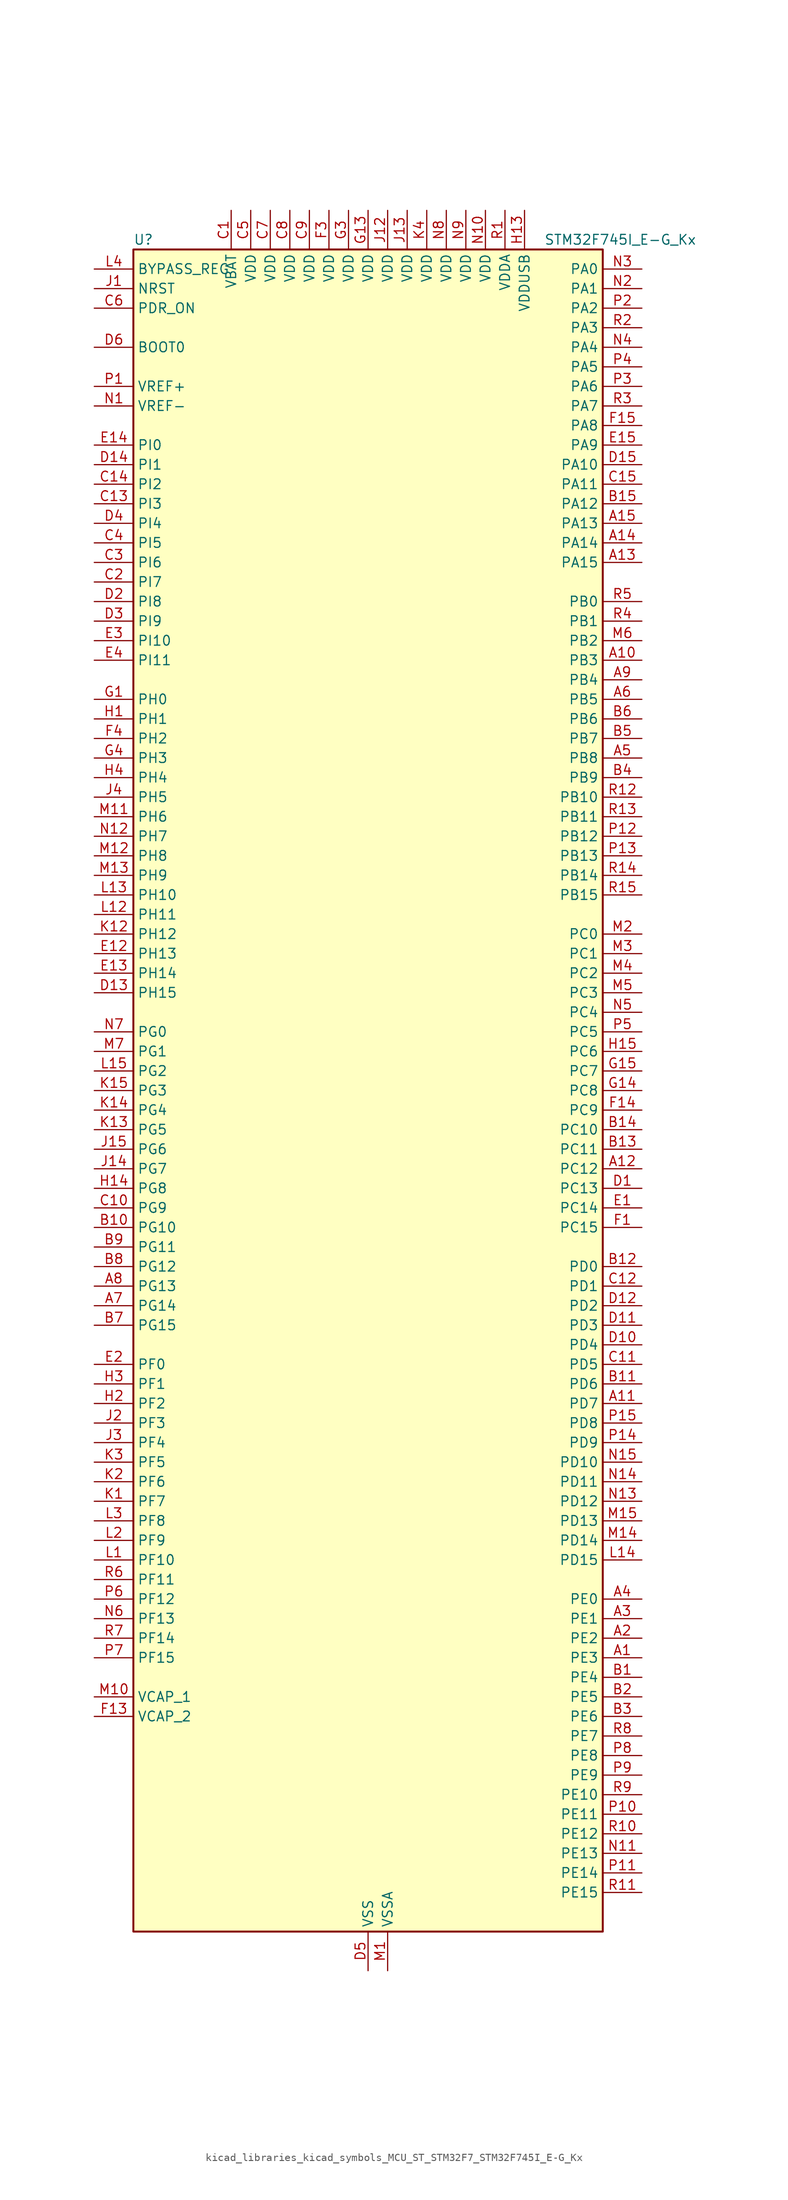
<source format=kicad_sym>
(kicad_symbol_lib
  (version 20220914)
  (generator kicad_symbol_editor)
  (symbol "kicad_libraries_kicad_symbols_MCU_ST_STM32F7_STM32F745I_E-G_Kx"
    (property "Reference" "U"
      (at -30.48 110.49 0)
      (effects (font (size 1.27 1.27)) (justify left)))
    (property "Value" "STM32F745I_E-G_Kx"
      (at 22.86 110.49 0)
      (effects (font (size 1.27 1.27)) (justify left)))
    (property "ki_locked" ""
      (at 0 0 0)
      (effects (font (size 1.27 1.27))))
    (symbol "kicad_libraries_kicad_symbols_MCU_ST_STM32F7_STM32F745I_E-G_Kx_0_1"
      (rectangle (start -30.48 -109.22) (end 30.48 109.22) (stroke (width 0.254) (type default)) (fill (type background))))
    (symbol "kicad_libraries_kicad_symbols_MCU_ST_STM32F7_STM32F745I_E-G_Kx_1_1"
      (pin bidirectional line (at 35.56 -73.66 180) (length 5.08) (name "PE3" (effects (font (size 1.27 1.27)))) (number "A1" (effects (font (size 1.27 1.27)))) (alternate "FMC_A19" bidirectional line) (alternate "SAI1_SD_B" bidirectional line) (alternate "SYS_TRACED0" bidirectional line))
      (pin bidirectional line (at 35.56 55.88 180) (length 5.08) (name "PB3" (effects (font (size 1.27 1.27)))) (number "A10" (effects (font (size 1.27 1.27)))) (alternate "I2S1_CK" bidirectional line) (alternate "I2S3_CK" bidirectional line) (alternate "SPI1_SCK" bidirectional line) (alternate "SPI3_SCK" bidirectional line) (alternate "SYS_JTDO-SWO" bidirectional line) (alternate "TIM2_CH2" bidirectional line))
      (pin bidirectional line (at 35.56 -40.64 180) (length 5.08) (name "PD7" (effects (font (size 1.27 1.27)))) (number "A11" (effects (font (size 1.27 1.27)))) (alternate "FMC_NE1" bidirectional line) (alternate "SPDIFRX_IN0" bidirectional line) (alternate "USART2_CK" bidirectional line))
      (pin bidirectional line (at 35.56 -10.16 180) (length 5.08) (name "PC12" (effects (font (size 1.27 1.27)))) (number "A12" (effects (font (size 1.27 1.27)))) (alternate "DCMI_D9" bidirectional line) (alternate "I2S3_SD" bidirectional line) (alternate "SDMMC1_CK" bidirectional line) (alternate "SPI3_MOSI" bidirectional line) (alternate "SYS_TRACED3" bidirectional line) (alternate "UART5_TX" bidirectional line) (alternate "USART3_CK" bidirectional line))
      (pin bidirectional line (at 35.56 68.58 180) (length 5.08) (name "PA15" (effects (font (size 1.27 1.27)))) (number "A13" (effects (font (size 1.27 1.27)))) (alternate "CEC" bidirectional line) (alternate "I2S1_WS" bidirectional line) (alternate "I2S3_WS" bidirectional line) (alternate "SPI1_NSS" bidirectional line) (alternate "SPI3_NSS" bidirectional line) (alternate "SYS_JTDI" bidirectional line) (alternate "TIM2_CH1" bidirectional line) (alternate "TIM2_ETR" bidirectional line) (alternate "UART4_DE" bidirectional line) (alternate "UART4_RTS" bidirectional line))
      (pin bidirectional line (at 35.56 71.12 180) (length 5.08) (name "PA14" (effects (font (size 1.27 1.27)))) (number "A14" (effects (font (size 1.27 1.27)))) (alternate "SYS_JTCK-SWCLK" bidirectional line))
      (pin bidirectional line (at 35.56 73.66 180) (length 5.08) (name "PA13" (effects (font (size 1.27 1.27)))) (number "A15" (effects (font (size 1.27 1.27)))) (alternate "SYS_JTMS-SWDIO" bidirectional line))
      (pin bidirectional line (at 35.56 -71.12 180) (length 5.08) (name "PE2" (effects (font (size 1.27 1.27)))) (number "A2" (effects (font (size 1.27 1.27)))) (alternate "ETH_TXD3" bidirectional line) (alternate "FMC_A23" bidirectional line) (alternate "QUADSPI_BK1_IO2" bidirectional line) (alternate "SAI1_MCLK_A" bidirectional line) (alternate "SPI4_SCK" bidirectional line) (alternate "SYS_TRACECLK" bidirectional line))
      (pin bidirectional line (at 35.56 -68.58 180) (length 5.08) (name "PE1" (effects (font (size 1.27 1.27)))) (number "A3" (effects (font (size 1.27 1.27)))) (alternate "DCMI_D3" bidirectional line) (alternate "FMC_NBL1" bidirectional line) (alternate "LPTIM1_IN2" bidirectional line) (alternate "UART8_TX" bidirectional line))
      (pin bidirectional line (at 35.56 -66.04 180) (length 5.08) (name "PE0" (effects (font (size 1.27 1.27)))) (number "A4" (effects (font (size 1.27 1.27)))) (alternate "DCMI_D2" bidirectional line) (alternate "FMC_NBL0" bidirectional line) (alternate "LPTIM1_ETR" bidirectional line) (alternate "SAI2_MCLK_A" bidirectional line) (alternate "TIM4_ETR" bidirectional line) (alternate "UART8_RX" bidirectional line))
      (pin bidirectional line (at 35.56 43.18 180) (length 5.08) (name "PB8" (effects (font (size 1.27 1.27)))) (number "A5" (effects (font (size 1.27 1.27)))) (alternate "CAN1_RX" bidirectional line) (alternate "DCMI_D6" bidirectional line) (alternate "ETH_TXD3" bidirectional line) (alternate "I2C1_SCL" bidirectional line) (alternate "SDMMC1_D4" bidirectional line) (alternate "TIM10_CH1" bidirectional line) (alternate "TIM4_CH3" bidirectional line))
      (pin bidirectional line (at 35.56 50.8 180) (length 5.08) (name "PB5" (effects (font (size 1.27 1.27)))) (number "A6" (effects (font (size 1.27 1.27)))) (alternate "CAN2_RX" bidirectional line) (alternate "DCMI_D10" bidirectional line) (alternate "ETH_PPS_OUT" bidirectional line) (alternate "FMC_SDCKE1" bidirectional line) (alternate "I2C1_SMBA" bidirectional line) (alternate "I2S1_SD" bidirectional line) (alternate "I2S3_SD" bidirectional line) (alternate "SPI1_MOSI" bidirectional line) (alternate "SPI3_MOSI" bidirectional line) (alternate "TIM3_CH2" bidirectional line) (alternate "USB_OTG_HS_ULPI_D7" bidirectional line))
      (pin bidirectional line (at -35.56 -27.94 0) (length 5.08) (name "PG14" (effects (font (size 1.27 1.27)))) (number "A7" (effects (font (size 1.27 1.27)))) (alternate "ETH_TXD1" bidirectional line) (alternate "FMC_A25" bidirectional line) (alternate "LPTIM1_ETR" bidirectional line) (alternate "QUADSPI_BK2_IO3" bidirectional line) (alternate "SPI6_MOSI" bidirectional line) (alternate "SYS_TRACED1" bidirectional line) (alternate "USART6_TX" bidirectional line))
      (pin bidirectional line (at -35.56 -25.4 0) (length 5.08) (name "PG13" (effects (font (size 1.27 1.27)))) (number "A8" (effects (font (size 1.27 1.27)))) (alternate "ETH_TXD0" bidirectional line) (alternate "FMC_A24" bidirectional line) (alternate "LPTIM1_OUT" bidirectional line) (alternate "SPI6_SCK" bidirectional line) (alternate "SYS_TRACED0" bidirectional line) (alternate "USART6_CTS" bidirectional line))
      (pin bidirectional line (at 35.56 53.34 180) (length 5.08) (name "PB4" (effects (font (size 1.27 1.27)))) (number "A9" (effects (font (size 1.27 1.27)))) (alternate "I2S2_WS" bidirectional line) (alternate "SPI1_MISO" bidirectional line) (alternate "SPI2_NSS" bidirectional line) (alternate "SPI3_MISO" bidirectional line) (alternate "SYS_JTRST" bidirectional line) (alternate "TIM3_CH1" bidirectional line))
      (pin bidirectional line (at 35.56 -76.2 180) (length 5.08) (name "PE4" (effects (font (size 1.27 1.27)))) (number "B1" (effects (font (size 1.27 1.27)))) (alternate "DCMI_D4" bidirectional line) (alternate "FMC_A20" bidirectional line) (alternate "SAI1_FS_A" bidirectional line) (alternate "SPI4_NSS" bidirectional line) (alternate "SYS_TRACED1" bidirectional line))
      (pin bidirectional line (at -35.56 -17.78 0) (length 5.08) (name "PG10" (effects (font (size 1.27 1.27)))) (number "B10" (effects (font (size 1.27 1.27)))) (alternate "DCMI_D2" bidirectional line) (alternate "FMC_NE3" bidirectional line) (alternate "SAI2_SD_B" bidirectional line))
      (pin bidirectional line (at 35.56 -38.1 180) (length 5.08) (name "PD6" (effects (font (size 1.27 1.27)))) (number "B11" (effects (font (size 1.27 1.27)))) (alternate "DCMI_D10" bidirectional line) (alternate "FMC_NWAIT" bidirectional line) (alternate "I2S3_SD" bidirectional line) (alternate "SAI1_SD_A" bidirectional line) (alternate "SPI3_MOSI" bidirectional line) (alternate "USART2_RX" bidirectional line))
      (pin bidirectional line (at 35.56 -22.86 180) (length 5.08) (name "PD0" (effects (font (size 1.27 1.27)))) (number "B12" (effects (font (size 1.27 1.27)))) (alternate "CAN1_RX" bidirectional line) (alternate "FMC_D2" bidirectional line) (alternate "FMC_DA2" bidirectional line))
      (pin bidirectional line (at 35.56 -7.62 180) (length 5.08) (name "PC11" (effects (font (size 1.27 1.27)))) (number "B13" (effects (font (size 1.27 1.27)))) (alternate "ADC1_EXTI11" bidirectional line) (alternate "ADC2_EXTI11" bidirectional line) (alternate "ADC3_EXTI11" bidirectional line) (alternate "DCMI_D4" bidirectional line) (alternate "QUADSPI_BK2_NCS" bidirectional line) (alternate "SDMMC1_D3" bidirectional line) (alternate "SPI3_MISO" bidirectional line) (alternate "UART4_RX" bidirectional line) (alternate "USART3_RX" bidirectional line))
      (pin bidirectional line (at 35.56 -5.08 180) (length 5.08) (name "PC10" (effects (font (size 1.27 1.27)))) (number "B14" (effects (font (size 1.27 1.27)))) (alternate "DCMI_D8" bidirectional line) (alternate "I2S3_CK" bidirectional line) (alternate "QUADSPI_BK1_IO1" bidirectional line) (alternate "SDMMC1_D2" bidirectional line) (alternate "SPI3_SCK" bidirectional line) (alternate "UART4_TX" bidirectional line) (alternate "USART3_TX" bidirectional line))
      (pin bidirectional line (at 35.56 76.2 180) (length 5.08) (name "PA12" (effects (font (size 1.27 1.27)))) (number "B15" (effects (font (size 1.27 1.27)))) (alternate "CAN1_TX" bidirectional line) (alternate "SAI2_FS_B" bidirectional line) (alternate "TIM1_ETR" bidirectional line) (alternate "USART1_DE" bidirectional line) (alternate "USART1_RTS" bidirectional line) (alternate "USB_OTG_FS_DP" bidirectional line))
      (pin bidirectional line (at 35.56 -78.74 180) (length 5.08) (name "PE5" (effects (font (size 1.27 1.27)))) (number "B2" (effects (font (size 1.27 1.27)))) (alternate "DCMI_D6" bidirectional line) (alternate "FMC_A21" bidirectional line) (alternate "SAI1_SCK_A" bidirectional line) (alternate "SPI4_MISO" bidirectional line) (alternate "SYS_TRACED2" bidirectional line) (alternate "TIM9_CH1" bidirectional line))
      (pin bidirectional line (at 35.56 -81.28 180) (length 5.08) (name "PE6" (effects (font (size 1.27 1.27)))) (number "B3" (effects (font (size 1.27 1.27)))) (alternate "DCMI_D7" bidirectional line) (alternate "FMC_A22" bidirectional line) (alternate "SAI1_SD_A" bidirectional line) (alternate "SAI2_MCLK_B" bidirectional line) (alternate "SPI4_MOSI" bidirectional line) (alternate "SYS_TRACED3" bidirectional line) (alternate "TIM1_BKIN2" bidirectional line) (alternate "TIM9_CH2" bidirectional line))
      (pin bidirectional line (at 35.56 40.64 180) (length 5.08) (name "PB9" (effects (font (size 1.27 1.27)))) (number "B4" (effects (font (size 1.27 1.27)))) (alternate "CAN1_TX" bidirectional line) (alternate "DAC_EXTI9" bidirectional line) (alternate "DCMI_D7" bidirectional line) (alternate "I2C1_SDA" bidirectional line) (alternate "I2S2_WS" bidirectional line) (alternate "SDMMC1_D5" bidirectional line) (alternate "SPI2_NSS" bidirectional line) (alternate "TIM11_CH1" bidirectional line) (alternate "TIM4_CH4" bidirectional line))
      (pin bidirectional line (at 35.56 45.72 180) (length 5.08) (name "PB7" (effects (font (size 1.27 1.27)))) (number "B5" (effects (font (size 1.27 1.27)))) (alternate "DCMI_VSYNC" bidirectional line) (alternate "FMC_NL" bidirectional line) (alternate "I2C1_SDA" bidirectional line) (alternate "TIM4_CH2" bidirectional line) (alternate "USART1_RX" bidirectional line))
      (pin bidirectional line (at 35.56 48.26 180) (length 5.08) (name "PB6" (effects (font (size 1.27 1.27)))) (number "B6" (effects (font (size 1.27 1.27)))) (alternate "CAN2_TX" bidirectional line) (alternate "CEC" bidirectional line) (alternate "DCMI_D5" bidirectional line) (alternate "FMC_SDNE1" bidirectional line) (alternate "I2C1_SCL" bidirectional line) (alternate "QUADSPI_BK1_NCS" bidirectional line) (alternate "TIM4_CH1" bidirectional line) (alternate "USART1_TX" bidirectional line))
      (pin bidirectional line (at -35.56 -30.48 0) (length 5.08) (name "PG15" (effects (font (size 1.27 1.27)))) (number "B7" (effects (font (size 1.27 1.27)))) (alternate "DCMI_D13" bidirectional line) (alternate "FMC_SDNCAS" bidirectional line) (alternate "USART6_CTS" bidirectional line))
      (pin bidirectional line (at -35.56 -22.86 0) (length 5.08) (name "PG12" (effects (font (size 1.27 1.27)))) (number "B8" (effects (font (size 1.27 1.27)))) (alternate "FMC_NE4" bidirectional line) (alternate "LPTIM1_IN1" bidirectional line) (alternate "SPDIFRX_IN1" bidirectional line) (alternate "SPI6_MISO" bidirectional line) (alternate "USART6_DE" bidirectional line) (alternate "USART6_RTS" bidirectional line))
      (pin bidirectional line (at -35.56 -20.32 0) (length 5.08) (name "PG11" (effects (font (size 1.27 1.27)))) (number "B9" (effects (font (size 1.27 1.27)))) (alternate "ADC1_EXTI11" bidirectional line) (alternate "ADC2_EXTI11" bidirectional line) (alternate "ADC3_EXTI11" bidirectional line) (alternate "DCMI_D3" bidirectional line) (alternate "ETH_TX_EN" bidirectional line) (alternate "SPDIFRX_IN0" bidirectional line))
      (pin power_in line (at -17.78 114.3 270) (length 5.08) (name "VBAT" (effects (font (size 1.27 1.27)))) (number "C1" (effects (font (size 1.27 1.27)))))
      (pin bidirectional line (at -35.56 -15.24 0) (length 5.08) (name "PG9" (effects (font (size 1.27 1.27)))) (number "C10" (effects (font (size 1.27 1.27)))) (alternate "DAC_EXTI9" bidirectional line) (alternate "DCMI_VSYNC" bidirectional line) (alternate "FMC_NCE" bidirectional line) (alternate "FMC_NE2" bidirectional line) (alternate "QUADSPI_BK2_IO2" bidirectional line) (alternate "SAI2_FS_B" bidirectional line) (alternate "SPDIFRX_IN3" bidirectional line) (alternate "USART6_RX" bidirectional line))
      (pin bidirectional line (at 35.56 -35.56 180) (length 5.08) (name "PD5" (effects (font (size 1.27 1.27)))) (number "C11" (effects (font (size 1.27 1.27)))) (alternate "FMC_NWE" bidirectional line) (alternate "USART2_TX" bidirectional line))
      (pin bidirectional line (at 35.56 -25.4 180) (length 5.08) (name "PD1" (effects (font (size 1.27 1.27)))) (number "C12" (effects (font (size 1.27 1.27)))) (alternate "CAN1_TX" bidirectional line) (alternate "FMC_D3" bidirectional line) (alternate "FMC_DA3" bidirectional line))
      (pin bidirectional line (at -35.56 76.2 0) (length 5.08) (name "PI3" (effects (font (size 1.27 1.27)))) (number "C13" (effects (font (size 1.27 1.27)))) (alternate "DCMI_D10" bidirectional line) (alternate "FMC_D27" bidirectional line) (alternate "I2S2_SD" bidirectional line) (alternate "SPI2_MOSI" bidirectional line) (alternate "TIM8_ETR" bidirectional line))
      (pin bidirectional line (at -35.56 78.74 0) (length 5.08) (name "PI2" (effects (font (size 1.27 1.27)))) (number "C14" (effects (font (size 1.27 1.27)))) (alternate "DCMI_D9" bidirectional line) (alternate "FMC_D26" bidirectional line) (alternate "SPI2_MISO" bidirectional line) (alternate "TIM8_CH4" bidirectional line))
      (pin bidirectional line (at 35.56 78.74 180) (length 5.08) (name "PA11" (effects (font (size 1.27 1.27)))) (number "C15" (effects (font (size 1.27 1.27)))) (alternate "ADC1_EXTI11" bidirectional line) (alternate "ADC2_EXTI11" bidirectional line) (alternate "ADC3_EXTI11" bidirectional line) (alternate "CAN1_RX" bidirectional line) (alternate "TIM1_CH4" bidirectional line) (alternate "USART1_CTS" bidirectional line) (alternate "USB_OTG_FS_DM" bidirectional line))
      (pin bidirectional line (at -35.56 66.04 0) (length 5.08) (name "PI7" (effects (font (size 1.27 1.27)))) (number "C2" (effects (font (size 1.27 1.27)))) (alternate "DCMI_D7" bidirectional line) (alternate "FMC_D29" bidirectional line) (alternate "SAI2_FS_A" bidirectional line) (alternate "TIM8_CH3" bidirectional line))
      (pin bidirectional line (at -35.56 68.58 0) (length 5.08) (name "PI6" (effects (font (size 1.27 1.27)))) (number "C3" (effects (font (size 1.27 1.27)))) (alternate "DCMI_D6" bidirectional line) (alternate "FMC_D28" bidirectional line) (alternate "SAI2_SD_A" bidirectional line) (alternate "TIM8_CH2" bidirectional line))
      (pin bidirectional line (at -35.56 71.12 0) (length 5.08) (name "PI5" (effects (font (size 1.27 1.27)))) (number "C4" (effects (font (size 1.27 1.27)))) (alternate "DCMI_VSYNC" bidirectional line) (alternate "FMC_NBL3" bidirectional line) (alternate "SAI2_SCK_A" bidirectional line) (alternate "TIM8_CH1" bidirectional line))
      (pin power_in line (at -15.24 114.3 270) (length 5.08) (name "VDD" (effects (font (size 1.27 1.27)))) (number "C5" (effects (font (size 1.27 1.27)))))
      (pin input line (at -35.56 101.6 0) (length 5.08) (name "PDR_ON" (effects (font (size 1.27 1.27)))) (number "C6" (effects (font (size 1.27 1.27)))))
      (pin power_in line (at -12.7 114.3 270) (length 5.08) (name "VDD" (effects (font (size 1.27 1.27)))) (number "C7" (effects (font (size 1.27 1.27)))))
      (pin power_in line (at -10.16 114.3 270) (length 5.08) (name "VDD" (effects (font (size 1.27 1.27)))) (number "C8" (effects (font (size 1.27 1.27)))))
      (pin power_in line (at -7.62 114.3 270) (length 5.08) (name "VDD" (effects (font (size 1.27 1.27)))) (number "C9" (effects (font (size 1.27 1.27)))))
      (pin bidirectional line (at 35.56 -12.7 180) (length 5.08) (name "PC13" (effects (font (size 1.27 1.27)))) (number "D1" (effects (font (size 1.27 1.27)))) (alternate "RTC_OUT" bidirectional line) (alternate "RTC_TAMP1" bidirectional line) (alternate "RTC_TS" bidirectional line) (alternate "SYS_WKUP4" bidirectional line))
      (pin bidirectional line (at 35.56 -33.02 180) (length 5.08) (name "PD4" (effects (font (size 1.27 1.27)))) (number "D10" (effects (font (size 1.27 1.27)))) (alternate "FMC_NOE" bidirectional line) (alternate "USART2_DE" bidirectional line) (alternate "USART2_RTS" bidirectional line))
      (pin bidirectional line (at 35.56 -30.48 180) (length 5.08) (name "PD3" (effects (font (size 1.27 1.27)))) (number "D11" (effects (font (size 1.27 1.27)))) (alternate "DCMI_D5" bidirectional line) (alternate "FMC_CLK" bidirectional line) (alternate "I2S2_CK" bidirectional line) (alternate "SPI2_SCK" bidirectional line) (alternate "USART2_CTS" bidirectional line))
      (pin bidirectional line (at 35.56 -27.94 180) (length 5.08) (name "PD2" (effects (font (size 1.27 1.27)))) (number "D12" (effects (font (size 1.27 1.27)))) (alternate "DCMI_D11" bidirectional line) (alternate "SDMMC1_CMD" bidirectional line) (alternate "SYS_TRACED2" bidirectional line) (alternate "TIM3_ETR" bidirectional line) (alternate "UART5_RX" bidirectional line))
      (pin bidirectional line (at -35.56 12.7 0) (length 5.08) (name "PH15" (effects (font (size 1.27 1.27)))) (number "D13" (effects (font (size 1.27 1.27)))) (alternate "DCMI_D11" bidirectional line) (alternate "FMC_D23" bidirectional line) (alternate "TIM8_CH3N" bidirectional line))
      (pin bidirectional line (at -35.56 81.28 0) (length 5.08) (name "PI1" (effects (font (size 1.27 1.27)))) (number "D14" (effects (font (size 1.27 1.27)))) (alternate "DCMI_D8" bidirectional line) (alternate "FMC_D25" bidirectional line) (alternate "I2S2_CK" bidirectional line) (alternate "SPI2_SCK" bidirectional line) (alternate "TIM8_BKIN2" bidirectional line))
      (pin bidirectional line (at 35.56 81.28 180) (length 5.08) (name "PA10" (effects (font (size 1.27 1.27)))) (number "D15" (effects (font (size 1.27 1.27)))) (alternate "DCMI_D1" bidirectional line) (alternate "TIM1_CH3" bidirectional line) (alternate "USART1_RX" bidirectional line) (alternate "USB_OTG_FS_ID" bidirectional line))
      (pin bidirectional line (at -35.56 63.5 0) (length 5.08) (name "PI8" (effects (font (size 1.27 1.27)))) (number "D2" (effects (font (size 1.27 1.27)))) (alternate "RTC_TAMP2" bidirectional line) (alternate "RTC_TS" bidirectional line) (alternate "SYS_WKUP5" bidirectional line))
      (pin bidirectional line (at -35.56 60.96 0) (length 5.08) (name "PI9" (effects (font (size 1.27 1.27)))) (number "D3" (effects (font (size 1.27 1.27)))) (alternate "CAN1_RX" bidirectional line) (alternate "DAC_EXTI9" bidirectional line) (alternate "FMC_D30" bidirectional line))
      (pin bidirectional line (at -35.56 73.66 0) (length 5.08) (name "PI4" (effects (font (size 1.27 1.27)))) (number "D4" (effects (font (size 1.27 1.27)))) (alternate "DCMI_D5" bidirectional line) (alternate "FMC_NBL2" bidirectional line) (alternate "SAI2_MCLK_A" bidirectional line) (alternate "TIM8_BKIN" bidirectional line))
      (pin power_in line (at 0 -114.3 90) (length 5.08) (name "VSS" (effects (font (size 1.27 1.27)))) (number "D5" (effects (font (size 1.27 1.27)))))
      (pin input line (at -35.56 96.52 0) (length 5.08) (name "BOOT0" (effects (font (size 1.27 1.27)))) (number "D6" (effects (font (size 1.27 1.27)))))
      (pin passive line (at 0 -114.3 90) (length 5.08) hide (name "VSS" (effects (font (size 1.27 1.27)))) (number "D7" (effects (font (size 1.27 1.27)))))
      (pin passive line (at 0 -114.3 90) (length 5.08) hide (name "VSS" (effects (font (size 1.27 1.27)))) (number "D8" (effects (font (size 1.27 1.27)))))
      (pin passive line (at 0 -114.3 90) (length 5.08) hide (name "VSS" (effects (font (size 1.27 1.27)))) (number "D9" (effects (font (size 1.27 1.27)))))
      (pin bidirectional line (at 35.56 -15.24 180) (length 5.08) (name "PC14" (effects (font (size 1.27 1.27)))) (number "E1" (effects (font (size 1.27 1.27)))) (alternate "RCC_OSC32_IN" bidirectional line))
      (pin bidirectional line (at -35.56 17.78 0) (length 5.08) (name "PH13" (effects (font (size 1.27 1.27)))) (number "E12" (effects (font (size 1.27 1.27)))) (alternate "CAN1_TX" bidirectional line) (alternate "FMC_D21" bidirectional line) (alternate "TIM8_CH1N" bidirectional line))
      (pin bidirectional line (at -35.56 15.24 0) (length 5.08) (name "PH14" (effects (font (size 1.27 1.27)))) (number "E13" (effects (font (size 1.27 1.27)))) (alternate "DCMI_D4" bidirectional line) (alternate "FMC_D22" bidirectional line) (alternate "TIM8_CH2N" bidirectional line))
      (pin bidirectional line (at -35.56 83.82 0) (length 5.08) (name "PI0" (effects (font (size 1.27 1.27)))) (number "E14" (effects (font (size 1.27 1.27)))) (alternate "DCMI_D13" bidirectional line) (alternate "FMC_D24" bidirectional line) (alternate "I2S2_WS" bidirectional line) (alternate "SPI2_NSS" bidirectional line) (alternate "TIM5_CH4" bidirectional line))
      (pin bidirectional line (at 35.56 83.82 180) (length 5.08) (name "PA9" (effects (font (size 1.27 1.27)))) (number "E15" (effects (font (size 1.27 1.27)))) (alternate "DAC_EXTI9" bidirectional line) (alternate "DCMI_D0" bidirectional line) (alternate "I2C3_SMBA" bidirectional line) (alternate "I2S2_CK" bidirectional line) (alternate "SPI2_SCK" bidirectional line) (alternate "TIM1_CH2" bidirectional line) (alternate "USART1_TX" bidirectional line) (alternate "USB_OTG_FS_VBUS" bidirectional line))
      (pin bidirectional line (at -35.56 -35.56 0) (length 5.08) (name "PF0" (effects (font (size 1.27 1.27)))) (number "E2" (effects (font (size 1.27 1.27)))) (alternate "FMC_A0" bidirectional line) (alternate "I2C2_SDA" bidirectional line))
      (pin bidirectional line (at -35.56 58.42 0) (length 5.08) (name "PI10" (effects (font (size 1.27 1.27)))) (number "E3" (effects (font (size 1.27 1.27)))) (alternate "ETH_RX_ER" bidirectional line) (alternate "FMC_D31" bidirectional line))
      (pin bidirectional line (at -35.56 55.88 0) (length 5.08) (name "PI11" (effects (font (size 1.27 1.27)))) (number "E4" (effects (font (size 1.27 1.27)))) (alternate "ADC1_EXTI11" bidirectional line) (alternate "ADC2_EXTI11" bidirectional line) (alternate "ADC3_EXTI11" bidirectional line) (alternate "SYS_WKUP6" bidirectional line) (alternate "USB_OTG_HS_ULPI_DIR" bidirectional line))
      (pin bidirectional line (at 35.56 -17.78 180) (length 5.08) (name "PC15" (effects (font (size 1.27 1.27)))) (number "F1" (effects (font (size 1.27 1.27)))) (alternate "RCC_OSC32_OUT" bidirectional line))
      (pin passive line (at 0 -114.3 90) (length 5.08) hide (name "VSS" (effects (font (size 1.27 1.27)))) (number "F10" (effects (font (size 1.27 1.27)))))
      (pin passive line (at 0 -114.3 90) (length 5.08) hide (name "VSS" (effects (font (size 1.27 1.27)))) (number "F12" (effects (font (size 1.27 1.27)))))
      (pin power_out line (at -35.56 -81.28 0) (length 5.08) (name "VCAP_2" (effects (font (size 1.27 1.27)))) (number "F13" (effects (font (size 1.27 1.27)))))
      (pin bidirectional line (at 35.56 -2.54 180) (length 5.08) (name "PC9" (effects (font (size 1.27 1.27)))) (number "F14" (effects (font (size 1.27 1.27)))) (alternate "DAC_EXTI9" bidirectional line) (alternate "DCMI_D3" bidirectional line) (alternate "I2C3_SDA" bidirectional line) (alternate "I2S_CKIN" bidirectional line) (alternate "QUADSPI_BK1_IO0" bidirectional line) (alternate "RCC_MCO_2" bidirectional line) (alternate "SDMMC1_D1" bidirectional line) (alternate "TIM3_CH4" bidirectional line) (alternate "TIM8_CH4" bidirectional line) (alternate "UART5_CTS" bidirectional line))
      (pin bidirectional line (at 35.56 86.36 180) (length 5.08) (name "PA8" (effects (font (size 1.27 1.27)))) (number "F15" (effects (font (size 1.27 1.27)))) (alternate "I2C3_SCL" bidirectional line) (alternate "RCC_MCO_1" bidirectional line) (alternate "TIM1_CH1" bidirectional line) (alternate "TIM8_BKIN2" bidirectional line) (alternate "USART1_CK" bidirectional line) (alternate "USB_OTG_FS_SOF" bidirectional line))
      (pin passive line (at 0 -114.3 90) (length 5.08) hide (name "VSS" (effects (font (size 1.27 1.27)))) (number "F2" (effects (font (size 1.27 1.27)))))
      (pin power_in line (at -5.08 114.3 270) (length 5.08) (name "VDD" (effects (font (size 1.27 1.27)))) (number "F3" (effects (font (size 1.27 1.27)))))
      (pin bidirectional line (at -35.56 45.72 0) (length 5.08) (name "PH2" (effects (font (size 1.27 1.27)))) (number "F4" (effects (font (size 1.27 1.27)))) (alternate "ETH_CRS" bidirectional line) (alternate "FMC_SDCKE0" bidirectional line) (alternate "LPTIM1_IN2" bidirectional line) (alternate "QUADSPI_BK2_IO0" bidirectional line) (alternate "SAI2_SCK_B" bidirectional line))
      (pin passive line (at 0 -114.3 90) (length 5.08) hide (name "VSS" (effects (font (size 1.27 1.27)))) (number "F6" (effects (font (size 1.27 1.27)))))
      (pin passive line (at 0 -114.3 90) (length 5.08) hide (name "VSS" (effects (font (size 1.27 1.27)))) (number "F7" (effects (font (size 1.27 1.27)))))
      (pin passive line (at 0 -114.3 90) (length 5.08) hide (name "VSS" (effects (font (size 1.27 1.27)))) (number "F8" (effects (font (size 1.27 1.27)))))
      (pin passive line (at 0 -114.3 90) (length 5.08) hide (name "VSS" (effects (font (size 1.27 1.27)))) (number "F9" (effects (font (size 1.27 1.27)))))
      (pin bidirectional line (at -35.56 50.8 0) (length 5.08) (name "PH0" (effects (font (size 1.27 1.27)))) (number "G1" (effects (font (size 1.27 1.27)))) (alternate "RCC_OSC_IN" bidirectional line))
      (pin passive line (at 0 -114.3 90) (length 5.08) hide (name "VSS" (effects (font (size 1.27 1.27)))) (number "G10" (effects (font (size 1.27 1.27)))))
      (pin passive line (at 0 -114.3 90) (length 5.08) hide (name "VSS" (effects (font (size 1.27 1.27)))) (number "G12" (effects (font (size 1.27 1.27)))))
      (pin power_in line (at 0 114.3 270) (length 5.08) (name "VDD" (effects (font (size 1.27 1.27)))) (number "G13" (effects (font (size 1.27 1.27)))))
      (pin bidirectional line (at 35.56 0 180) (length 5.08) (name "PC8" (effects (font (size 1.27 1.27)))) (number "G14" (effects (font (size 1.27 1.27)))) (alternate "DCMI_D2" bidirectional line) (alternate "SDMMC1_D0" bidirectional line) (alternate "SYS_TRACED1" bidirectional line) (alternate "TIM3_CH3" bidirectional line) (alternate "TIM8_CH3" bidirectional line) (alternate "UART5_DE" bidirectional line) (alternate "UART5_RTS" bidirectional line) (alternate "USART6_CK" bidirectional line))
      (pin bidirectional line (at 35.56 2.54 180) (length 5.08) (name "PC7" (effects (font (size 1.27 1.27)))) (number "G15" (effects (font (size 1.27 1.27)))) (alternate "DCMI_D1" bidirectional line) (alternate "I2S3_MCK" bidirectional line) (alternate "SDMMC1_D7" bidirectional line) (alternate "TIM3_CH2" bidirectional line) (alternate "TIM8_CH2" bidirectional line) (alternate "USART6_RX" bidirectional line))
      (pin passive line (at 0 -114.3 90) (length 5.08) hide (name "VSS" (effects (font (size 1.27 1.27)))) (number "G2" (effects (font (size 1.27 1.27)))))
      (pin power_in line (at -2.54 114.3 270) (length 5.08) (name "VDD" (effects (font (size 1.27 1.27)))) (number "G3" (effects (font (size 1.27 1.27)))))
      (pin bidirectional line (at -35.56 43.18 0) (length 5.08) (name "PH3" (effects (font (size 1.27 1.27)))) (number "G4" (effects (font (size 1.27 1.27)))) (alternate "ETH_COL" bidirectional line) (alternate "FMC_SDNE0" bidirectional line) (alternate "QUADSPI_BK2_IO1" bidirectional line) (alternate "SAI2_MCLK_B" bidirectional line))
      (pin passive line (at 0 -114.3 90) (length 5.08) hide (name "VSS" (effects (font (size 1.27 1.27)))) (number "G6" (effects (font (size 1.27 1.27)))))
      (pin passive line (at 0 -114.3 90) (length 5.08) hide (name "VSS" (effects (font (size 1.27 1.27)))) (number "G7" (effects (font (size 1.27 1.27)))))
      (pin passive line (at 0 -114.3 90) (length 5.08) hide (name "VSS" (effects (font (size 1.27 1.27)))) (number "G8" (effects (font (size 1.27 1.27)))))
      (pin passive line (at 0 -114.3 90) (length 5.08) hide (name "VSS" (effects (font (size 1.27 1.27)))) (number "G9" (effects (font (size 1.27 1.27)))))
      (pin bidirectional line (at -35.56 48.26 0) (length 5.08) (name "PH1" (effects (font (size 1.27 1.27)))) (number "H1" (effects (font (size 1.27 1.27)))) (alternate "RCC_OSC_OUT" bidirectional line))
      (pin passive line (at 0 -114.3 90) (length 5.08) hide (name "VSS" (effects (font (size 1.27 1.27)))) (number "H10" (effects (font (size 1.27 1.27)))))
      (pin passive line (at 0 -114.3 90) (length 5.08) hide (name "VSS" (effects (font (size 1.27 1.27)))) (number "H12" (effects (font (size 1.27 1.27)))))
      (pin power_in line (at 20.32 114.3 270) (length 5.08) (name "VDDUSB" (effects (font (size 1.27 1.27)))) (number "H13" (effects (font (size 1.27 1.27)))))
      (pin bidirectional line (at -35.56 -12.7 0) (length 5.08) (name "PG8" (effects (font (size 1.27 1.27)))) (number "H14" (effects (font (size 1.27 1.27)))) (alternate "ETH_PPS_OUT" bidirectional line) (alternate "FMC_SDCLK" bidirectional line) (alternate "SPDIFRX_IN2" bidirectional line) (alternate "SPI6_NSS" bidirectional line) (alternate "USART6_DE" bidirectional line) (alternate "USART6_RTS" bidirectional line))
      (pin bidirectional line (at 35.56 5.08 180) (length 5.08) (name "PC6" (effects (font (size 1.27 1.27)))) (number "H15" (effects (font (size 1.27 1.27)))) (alternate "DCMI_D0" bidirectional line) (alternate "I2S2_MCK" bidirectional line) (alternate "SDMMC1_D6" bidirectional line) (alternate "TIM3_CH1" bidirectional line) (alternate "TIM8_CH1" bidirectional line) (alternate "USART6_TX" bidirectional line))
      (pin bidirectional line (at -35.56 -40.64 0) (length 5.08) (name "PF2" (effects (font (size 1.27 1.27)))) (number "H2" (effects (font (size 1.27 1.27)))) (alternate "FMC_A2" bidirectional line) (alternate "I2C2_SMBA" bidirectional line))
      (pin bidirectional line (at -35.56 -38.1 0) (length 5.08) (name "PF1" (effects (font (size 1.27 1.27)))) (number "H3" (effects (font (size 1.27 1.27)))) (alternate "FMC_A1" bidirectional line) (alternate "I2C2_SCL" bidirectional line))
      (pin bidirectional line (at -35.56 40.64 0) (length 5.08) (name "PH4" (effects (font (size 1.27 1.27)))) (number "H4" (effects (font (size 1.27 1.27)))) (alternate "I2C2_SCL" bidirectional line) (alternate "USB_OTG_HS_ULPI_NXT" bidirectional line))
      (pin passive line (at 0 -114.3 90) (length 5.08) hide (name "VSS" (effects (font (size 1.27 1.27)))) (number "H6" (effects (font (size 1.27 1.27)))))
      (pin passive line (at 0 -114.3 90) (length 5.08) hide (name "VSS" (effects (font (size 1.27 1.27)))) (number "H7" (effects (font (size 1.27 1.27)))))
      (pin passive line (at 0 -114.3 90) (length 5.08) hide (name "VSS" (effects (font (size 1.27 1.27)))) (number "H8" (effects (font (size 1.27 1.27)))))
      (pin passive line (at 0 -114.3 90) (length 5.08) hide (name "VSS" (effects (font (size 1.27 1.27)))) (number "H9" (effects (font (size 1.27 1.27)))))
      (pin input line (at -35.56 104.14 0) (length 5.08) (name "NRST" (effects (font (size 1.27 1.27)))) (number "J1" (effects (font (size 1.27 1.27)))))
      (pin passive line (at 0 -114.3 90) (length 5.08) hide (name "VSS" (effects (font (size 1.27 1.27)))) (number "J10" (effects (font (size 1.27 1.27)))))
      (pin power_in line (at 2.54 114.3 270) (length 5.08) (name "VDD" (effects (font (size 1.27 1.27)))) (number "J12" (effects (font (size 1.27 1.27)))))
      (pin power_in line (at 5.08 114.3 270) (length 5.08) (name "VDD" (effects (font (size 1.27 1.27)))) (number "J13" (effects (font (size 1.27 1.27)))))
      (pin bidirectional line (at -35.56 -10.16 0) (length 5.08) (name "PG7" (effects (font (size 1.27 1.27)))) (number "J14" (effects (font (size 1.27 1.27)))) (alternate "DCMI_D13" bidirectional line) (alternate "FMC_INT" bidirectional line) (alternate "USART6_CK" bidirectional line))
      (pin bidirectional line (at -35.56 -7.62 0) (length 5.08) (name "PG6" (effects (font (size 1.27 1.27)))) (number "J15" (effects (font (size 1.27 1.27)))) (alternate "DCMI_D12" bidirectional line))
      (pin bidirectional line (at -35.56 -43.18 0) (length 5.08) (name "PF3" (effects (font (size 1.27 1.27)))) (number "J2" (effects (font (size 1.27 1.27)))) (alternate "ADC3_IN9" bidirectional line) (alternate "FMC_A3" bidirectional line))
      (pin bidirectional line (at -35.56 -45.72 0) (length 5.08) (name "PF4" (effects (font (size 1.27 1.27)))) (number "J3" (effects (font (size 1.27 1.27)))) (alternate "ADC3_IN14" bidirectional line) (alternate "FMC_A4" bidirectional line))
      (pin bidirectional line (at -35.56 38.1 0) (length 5.08) (name "PH5" (effects (font (size 1.27 1.27)))) (number "J4" (effects (font (size 1.27 1.27)))) (alternate "FMC_SDNWE" bidirectional line) (alternate "I2C2_SDA" bidirectional line) (alternate "SPI5_NSS" bidirectional line))
      (pin passive line (at 0 -114.3 90) (length 5.08) hide (name "VSS" (effects (font (size 1.27 1.27)))) (number "J6" (effects (font (size 1.27 1.27)))))
      (pin passive line (at 0 -114.3 90) (length 5.08) hide (name "VSS" (effects (font (size 1.27 1.27)))) (number "J7" (effects (font (size 1.27 1.27)))))
      (pin passive line (at 0 -114.3 90) (length 5.08) hide (name "VSS" (effects (font (size 1.27 1.27)))) (number "J8" (effects (font (size 1.27 1.27)))))
      (pin passive line (at 0 -114.3 90) (length 5.08) hide (name "VSS" (effects (font (size 1.27 1.27)))) (number "J9" (effects (font (size 1.27 1.27)))))
      (pin bidirectional line (at -35.56 -53.34 0) (length 5.08) (name "PF7" (effects (font (size 1.27 1.27)))) (number "K1" (effects (font (size 1.27 1.27)))) (alternate "ADC3_IN5" bidirectional line) (alternate "QUADSPI_BK1_IO2" bidirectional line) (alternate "SAI1_MCLK_B" bidirectional line) (alternate "SPI5_SCK" bidirectional line) (alternate "TIM11_CH1" bidirectional line) (alternate "UART7_TX" bidirectional line))
      (pin passive line (at 0 -114.3 90) (length 5.08) hide (name "VSS" (effects (font (size 1.27 1.27)))) (number "K10" (effects (font (size 1.27 1.27)))))
      (pin bidirectional line (at -35.56 20.32 0) (length 5.08) (name "PH12" (effects (font (size 1.27 1.27)))) (number "K12" (effects (font (size 1.27 1.27)))) (alternate "DCMI_D3" bidirectional line) (alternate "FMC_D20" bidirectional line) (alternate "I2C4_SDA" bidirectional line) (alternate "TIM5_CH3" bidirectional line))
      (pin bidirectional line (at -35.56 -5.08 0) (length 5.08) (name "PG5" (effects (font (size 1.27 1.27)))) (number "K13" (effects (font (size 1.27 1.27)))) (alternate "FMC_A15" bidirectional line) (alternate "FMC_BA1" bidirectional line))
      (pin bidirectional line (at -35.56 -2.54 0) (length 5.08) (name "PG4" (effects (font (size 1.27 1.27)))) (number "K14" (effects (font (size 1.27 1.27)))) (alternate "FMC_A14" bidirectional line) (alternate "FMC_BA0" bidirectional line))
      (pin bidirectional line (at -35.56 0 0) (length 5.08) (name "PG3" (effects (font (size 1.27 1.27)))) (number "K15" (effects (font (size 1.27 1.27)))) (alternate "FMC_A13" bidirectional line))
      (pin bidirectional line (at -35.56 -50.8 0) (length 5.08) (name "PF6" (effects (font (size 1.27 1.27)))) (number "K2" (effects (font (size 1.27 1.27)))) (alternate "ADC3_IN4" bidirectional line) (alternate "QUADSPI_BK1_IO3" bidirectional line) (alternate "SAI1_SD_B" bidirectional line) (alternate "SPI5_NSS" bidirectional line) (alternate "TIM10_CH1" bidirectional line) (alternate "UART7_RX" bidirectional line))
      (pin bidirectional line (at -35.56 -48.26 0) (length 5.08) (name "PF5" (effects (font (size 1.27 1.27)))) (number "K3" (effects (font (size 1.27 1.27)))) (alternate "ADC3_IN15" bidirectional line) (alternate "FMC_A5" bidirectional line))
      (pin power_in line (at 7.62 114.3 270) (length 5.08) (name "VDD" (effects (font (size 1.27 1.27)))) (number "K4" (effects (font (size 1.27 1.27)))))
      (pin passive line (at 0 -114.3 90) (length 5.08) hide (name "VSS" (effects (font (size 1.27 1.27)))) (number "K6" (effects (font (size 1.27 1.27)))))
      (pin passive line (at 0 -114.3 90) (length 5.08) hide (name "VSS" (effects (font (size 1.27 1.27)))) (number "K7" (effects (font (size 1.27 1.27)))))
      (pin passive line (at 0 -114.3 90) (length 5.08) hide (name "VSS" (effects (font (size 1.27 1.27)))) (number "K8" (effects (font (size 1.27 1.27)))))
      (pin passive line (at 0 -114.3 90) (length 5.08) hide (name "VSS" (effects (font (size 1.27 1.27)))) (number "K9" (effects (font (size 1.27 1.27)))))
      (pin bidirectional line (at -35.56 -60.96 0) (length 5.08) (name "PF10" (effects (font (size 1.27 1.27)))) (number "L1" (effects (font (size 1.27 1.27)))) (alternate "ADC3_IN8" bidirectional line) (alternate "DCMI_D11" bidirectional line))
      (pin bidirectional line (at -35.56 22.86 0) (length 5.08) (name "PH11" (effects (font (size 1.27 1.27)))) (number "L12" (effects (font (size 1.27 1.27)))) (alternate "ADC1_EXTI11" bidirectional line) (alternate "ADC2_EXTI11" bidirectional line) (alternate "ADC3_EXTI11" bidirectional line) (alternate "DCMI_D2" bidirectional line) (alternate "FMC_D19" bidirectional line) (alternate "I2C4_SCL" bidirectional line) (alternate "TIM5_CH2" bidirectional line))
      (pin bidirectional line (at -35.56 25.4 0) (length 5.08) (name "PH10" (effects (font (size 1.27 1.27)))) (number "L13" (effects (font (size 1.27 1.27)))) (alternate "DCMI_D1" bidirectional line) (alternate "FMC_D18" bidirectional line) (alternate "I2C4_SMBA" bidirectional line) (alternate "TIM5_CH1" bidirectional line))
      (pin bidirectional line (at 35.56 -60.96 180) (length 5.08) (name "PD15" (effects (font (size 1.27 1.27)))) (number "L14" (effects (font (size 1.27 1.27)))) (alternate "FMC_D1" bidirectional line) (alternate "FMC_DA1" bidirectional line) (alternate "TIM4_CH4" bidirectional line) (alternate "UART8_DE" bidirectional line) (alternate "UART8_RTS" bidirectional line))
      (pin bidirectional line (at -35.56 2.54 0) (length 5.08) (name "PG2" (effects (font (size 1.27 1.27)))) (number "L15" (effects (font (size 1.27 1.27)))) (alternate "FMC_A12" bidirectional line))
      (pin bidirectional line (at -35.56 -58.42 0) (length 5.08) (name "PF9" (effects (font (size 1.27 1.27)))) (number "L2" (effects (font (size 1.27 1.27)))) (alternate "ADC3_IN7" bidirectional line) (alternate "DAC_EXTI9" bidirectional line) (alternate "QUADSPI_BK1_IO1" bidirectional line) (alternate "SAI1_FS_B" bidirectional line) (alternate "SPI5_MOSI" bidirectional line) (alternate "TIM14_CH1" bidirectional line) (alternate "UART7_CTS" bidirectional line))
      (pin bidirectional line (at -35.56 -55.88 0) (length 5.08) (name "PF8" (effects (font (size 1.27 1.27)))) (number "L3" (effects (font (size 1.27 1.27)))) (alternate "ADC3_IN6" bidirectional line) (alternate "QUADSPI_BK1_IO0" bidirectional line) (alternate "SAI1_SCK_B" bidirectional line) (alternate "SPI5_MISO" bidirectional line) (alternate "TIM13_CH1" bidirectional line) (alternate "UART7_DE" bidirectional line) (alternate "UART7_RTS" bidirectional line))
      (pin input line (at -35.56 106.68 0) (length 5.08) (name "BYPASS_REG" (effects (font (size 1.27 1.27)))) (number "L4" (effects (font (size 1.27 1.27)))))
      (pin power_in line (at 2.54 -114.3 90) (length 5.08) (name "VSSA" (effects (font (size 1.27 1.27)))) (number "M1" (effects (font (size 1.27 1.27)))))
      (pin power_out line (at -35.56 -78.74 0) (length 5.08) (name "VCAP_1" (effects (font (size 1.27 1.27)))) (number "M10" (effects (font (size 1.27 1.27)))))
      (pin bidirectional line (at -35.56 35.56 0) (length 5.08) (name "PH6" (effects (font (size 1.27 1.27)))) (number "M11" (effects (font (size 1.27 1.27)))) (alternate "DCMI_D8" bidirectional line) (alternate "ETH_RXD2" bidirectional line) (alternate "FMC_SDNE1" bidirectional line) (alternate "I2C2_SMBA" bidirectional line) (alternate "SPI5_SCK" bidirectional line) (alternate "TIM12_CH1" bidirectional line))
      (pin bidirectional line (at -35.56 30.48 0) (length 5.08) (name "PH8" (effects (font (size 1.27 1.27)))) (number "M12" (effects (font (size 1.27 1.27)))) (alternate "DCMI_HSYNC" bidirectional line) (alternate "FMC_D16" bidirectional line) (alternate "I2C3_SDA" bidirectional line))
      (pin bidirectional line (at -35.56 27.94 0) (length 5.08) (name "PH9" (effects (font (size 1.27 1.27)))) (number "M13" (effects (font (size 1.27 1.27)))) (alternate "DAC_EXTI9" bidirectional line) (alternate "DCMI_D0" bidirectional line) (alternate "FMC_D17" bidirectional line) (alternate "I2C3_SMBA" bidirectional line) (alternate "TIM12_CH2" bidirectional line))
      (pin bidirectional line (at 35.56 -58.42 180) (length 5.08) (name "PD14" (effects (font (size 1.27 1.27)))) (number "M14" (effects (font (size 1.27 1.27)))) (alternate "FMC_D0" bidirectional line) (alternate "FMC_DA0" bidirectional line) (alternate "TIM4_CH3" bidirectional line) (alternate "UART8_CTS" bidirectional line))
      (pin bidirectional line (at 35.56 -55.88 180) (length 5.08) (name "PD13" (effects (font (size 1.27 1.27)))) (number "M15" (effects (font (size 1.27 1.27)))) (alternate "FMC_A18" bidirectional line) (alternate "I2C4_SDA" bidirectional line) (alternate "LPTIM1_OUT" bidirectional line) (alternate "QUADSPI_BK1_IO3" bidirectional line) (alternate "SAI2_SCK_A" bidirectional line) (alternate "TIM4_CH2" bidirectional line))
      (pin bidirectional line (at 35.56 20.32 180) (length 5.08) (name "PC0" (effects (font (size 1.27 1.27)))) (number "M2" (effects (font (size 1.27 1.27)))) (alternate "ADC1_IN10" bidirectional line) (alternate "ADC2_IN10" bidirectional line) (alternate "ADC3_IN10" bidirectional line) (alternate "FMC_SDNWE" bidirectional line) (alternate "SAI2_FS_B" bidirectional line) (alternate "USB_OTG_HS_ULPI_STP" bidirectional line))
      (pin bidirectional line (at 35.56 17.78 180) (length 5.08) (name "PC1" (effects (font (size 1.27 1.27)))) (number "M3" (effects (font (size 1.27 1.27)))) (alternate "ADC1_IN11" bidirectional line) (alternate "ADC2_IN11" bidirectional line) (alternate "ADC3_IN11" bidirectional line) (alternate "ETH_MDC" bidirectional line) (alternate "I2S2_SD" bidirectional line) (alternate "RTC_TAMP3" bidirectional line) (alternate "RTC_TS" bidirectional line) (alternate "SAI1_SD_A" bidirectional line) (alternate "SPI2_MOSI" bidirectional line) (alternate "SYS_TRACED0" bidirectional line) (alternate "SYS_WKUP3" bidirectional line))
      (pin bidirectional line (at 35.56 15.24 180) (length 5.08) (name "PC2" (effects (font (size 1.27 1.27)))) (number "M4" (effects (font (size 1.27 1.27)))) (alternate "ADC1_IN12" bidirectional line) (alternate "ADC2_IN12" bidirectional line) (alternate "ADC3_IN12" bidirectional line) (alternate "ETH_TXD2" bidirectional line) (alternate "FMC_SDNE0" bidirectional line) (alternate "SPI2_MISO" bidirectional line) (alternate "USB_OTG_HS_ULPI_DIR" bidirectional line))
      (pin bidirectional line (at 35.56 12.7 180) (length 5.08) (name "PC3" (effects (font (size 1.27 1.27)))) (number "M5" (effects (font (size 1.27 1.27)))) (alternate "ADC1_IN13" bidirectional line) (alternate "ADC2_IN13" bidirectional line) (alternate "ADC3_IN13" bidirectional line) (alternate "ETH_TX_CLK" bidirectional line) (alternate "FMC_SDCKE0" bidirectional line) (alternate "I2S2_SD" bidirectional line) (alternate "SPI2_MOSI" bidirectional line) (alternate "USB_OTG_HS_ULPI_NXT" bidirectional line))
      (pin bidirectional line (at 35.56 58.42 180) (length 5.08) (name "PB2" (effects (font (size 1.27 1.27)))) (number "M6" (effects (font (size 1.27 1.27)))) (alternate "I2S3_SD" bidirectional line) (alternate "QUADSPI_CLK" bidirectional line) (alternate "SAI1_SD_A" bidirectional line) (alternate "SPI3_MOSI" bidirectional line))
      (pin bidirectional line (at -35.56 5.08 0) (length 5.08) (name "PG1" (effects (font (size 1.27 1.27)))) (number "M7" (effects (font (size 1.27 1.27)))) (alternate "FMC_A11" bidirectional line))
      (pin passive line (at 0 -114.3 90) (length 5.08) hide (name "VSS" (effects (font (size 1.27 1.27)))) (number "M8" (effects (font (size 1.27 1.27)))))
      (pin passive line (at 0 -114.3 90) (length 5.08) hide (name "VSS" (effects (font (size 1.27 1.27)))) (number "M9" (effects (font (size 1.27 1.27)))))
      (pin input line (at -35.56 88.9 0) (length 5.08) (name "VREF-" (effects (font (size 1.27 1.27)))) (number "N1" (effects (font (size 1.27 1.27)))))
      (pin power_in line (at 15.24 114.3 270) (length 5.08) (name "VDD" (effects (font (size 1.27 1.27)))) (number "N10" (effects (font (size 1.27 1.27)))))
      (pin bidirectional line (at 35.56 -99.06 180) (length 5.08) (name "PE13" (effects (font (size 1.27 1.27)))) (number "N11" (effects (font (size 1.27 1.27)))) (alternate "FMC_D10" bidirectional line) (alternate "FMC_DA10" bidirectional line) (alternate "SAI2_FS_B" bidirectional line) (alternate "SPI4_MISO" bidirectional line) (alternate "TIM1_CH3" bidirectional line))
      (pin bidirectional line (at -35.56 33.02 0) (length 5.08) (name "PH7" (effects (font (size 1.27 1.27)))) (number "N12" (effects (font (size 1.27 1.27)))) (alternate "DCMI_D9" bidirectional line) (alternate "ETH_RXD3" bidirectional line) (alternate "FMC_SDCKE1" bidirectional line) (alternate "I2C3_SCL" bidirectional line) (alternate "SPI5_MISO" bidirectional line))
      (pin bidirectional line (at 35.56 -53.34 180) (length 5.08) (name "PD12" (effects (font (size 1.27 1.27)))) (number "N13" (effects (font (size 1.27 1.27)))) (alternate "FMC_A17" bidirectional line) (alternate "FMC_ALE" bidirectional line) (alternate "I2C4_SCL" bidirectional line) (alternate "LPTIM1_IN1" bidirectional line) (alternate "QUADSPI_BK1_IO1" bidirectional line) (alternate "SAI2_FS_A" bidirectional line) (alternate "TIM4_CH1" bidirectional line) (alternate "USART3_DE" bidirectional line) (alternate "USART3_RTS" bidirectional line))
      (pin bidirectional line (at 35.56 -50.8 180) (length 5.08) (name "PD11" (effects (font (size 1.27 1.27)))) (number "N14" (effects (font (size 1.27 1.27)))) (alternate "ADC1_EXTI11" bidirectional line) (alternate "ADC2_EXTI11" bidirectional line) (alternate "ADC3_EXTI11" bidirectional line) (alternate "FMC_A16" bidirectional line) (alternate "FMC_CLE" bidirectional line) (alternate "I2C4_SMBA" bidirectional line) (alternate "QUADSPI_BK1_IO0" bidirectional line) (alternate "SAI2_SD_A" bidirectional line) (alternate "USART3_CTS" bidirectional line))
      (pin bidirectional line (at 35.56 -48.26 180) (length 5.08) (name "PD10" (effects (font (size 1.27 1.27)))) (number "N15" (effects (font (size 1.27 1.27)))) (alternate "FMC_D15" bidirectional line) (alternate "FMC_DA15" bidirectional line) (alternate "USART3_CK" bidirectional line))
      (pin bidirectional line (at 35.56 104.14 180) (length 5.08) (name "PA1" (effects (font (size 1.27 1.27)))) (number "N2" (effects (font (size 1.27 1.27)))) (alternate "ADC1_IN1" bidirectional line) (alternate "ADC2_IN1" bidirectional line) (alternate "ADC3_IN1" bidirectional line) (alternate "ETH_REF_CLK" bidirectional line) (alternate "ETH_RX_CLK" bidirectional line) (alternate "QUADSPI_BK1_IO3" bidirectional line) (alternate "SAI2_MCLK_B" bidirectional line) (alternate "TIM2_CH2" bidirectional line) (alternate "TIM5_CH2" bidirectional line) (alternate "UART4_RX" bidirectional line) (alternate "USART2_DE" bidirectional line) (alternate "USART2_RTS" bidirectional line))
      (pin bidirectional line (at 35.56 106.68 180) (length 5.08) (name "PA0" (effects (font (size 1.27 1.27)))) (number "N3" (effects (font (size 1.27 1.27)))) (alternate "ADC1_IN0" bidirectional line) (alternate "ADC2_IN0" bidirectional line) (alternate "ADC3_IN0" bidirectional line) (alternate "ETH_CRS" bidirectional line) (alternate "SAI2_SD_B" bidirectional line) (alternate "SYS_WKUP1" bidirectional line) (alternate "TIM2_CH1" bidirectional line) (alternate "TIM2_ETR" bidirectional line) (alternate "TIM5_CH1" bidirectional line) (alternate "TIM8_ETR" bidirectional line) (alternate "UART4_TX" bidirectional line) (alternate "USART2_CTS" bidirectional line))
      (pin bidirectional line (at 35.56 96.52 180) (length 5.08) (name "PA4" (effects (font (size 1.27 1.27)))) (number "N4" (effects (font (size 1.27 1.27)))) (alternate "ADC1_IN4" bidirectional line) (alternate "ADC2_IN4" bidirectional line) (alternate "DAC_OUT1" bidirectional line) (alternate "DCMI_HSYNC" bidirectional line) (alternate "I2S1_WS" bidirectional line) (alternate "I2S3_WS" bidirectional line) (alternate "SPI1_NSS" bidirectional line) (alternate "SPI3_NSS" bidirectional line) (alternate "USART2_CK" bidirectional line) (alternate "USB_OTG_HS_SOF" bidirectional line))
      (pin bidirectional line (at 35.56 10.16 180) (length 5.08) (name "PC4" (effects (font (size 1.27 1.27)))) (number "N5" (effects (font (size 1.27 1.27)))) (alternate "ADC1_IN14" bidirectional line) (alternate "ADC2_IN14" bidirectional line) (alternate "ETH_RXD0" bidirectional line) (alternate "FMC_SDNE0" bidirectional line) (alternate "I2S1_MCK" bidirectional line) (alternate "SPDIFRX_IN2" bidirectional line))
      (pin bidirectional line (at -35.56 -68.58 0) (length 5.08) (name "PF13" (effects (font (size 1.27 1.27)))) (number "N6" (effects (font (size 1.27 1.27)))) (alternate "FMC_A7" bidirectional line) (alternate "I2C4_SMBA" bidirectional line))
      (pin bidirectional line (at -35.56 7.62 0) (length 5.08) (name "PG0" (effects (font (size 1.27 1.27)))) (number "N7" (effects (font (size 1.27 1.27)))) (alternate "FMC_A10" bidirectional line))
      (pin power_in line (at 10.16 114.3 270) (length 5.08) (name "VDD" (effects (font (size 1.27 1.27)))) (number "N8" (effects (font (size 1.27 1.27)))))
      (pin power_in line (at 12.7 114.3 270) (length 5.08) (name "VDD" (effects (font (size 1.27 1.27)))) (number "N9" (effects (font (size 1.27 1.27)))))
      (pin input line (at -35.56 91.44 0) (length 5.08) (name "VREF+" (effects (font (size 1.27 1.27)))) (number "P1" (effects (font (size 1.27 1.27)))))
      (pin bidirectional line (at 35.56 -93.98 180) (length 5.08) (name "PE11" (effects (font (size 1.27 1.27)))) (number "P10" (effects (font (size 1.27 1.27)))) (alternate "ADC1_EXTI11" bidirectional line) (alternate "ADC2_EXTI11" bidirectional line) (alternate "ADC3_EXTI11" bidirectional line) (alternate "FMC_D8" bidirectional line) (alternate "FMC_DA8" bidirectional line) (alternate "SAI2_SD_B" bidirectional line) (alternate "SPI4_NSS" bidirectional line) (alternate "TIM1_CH2" bidirectional line))
      (pin bidirectional line (at 35.56 -101.6 180) (length 5.08) (name "PE14" (effects (font (size 1.27 1.27)))) (number "P11" (effects (font (size 1.27 1.27)))) (alternate "FMC_D11" bidirectional line) (alternate "FMC_DA11" bidirectional line) (alternate "SAI2_MCLK_B" bidirectional line) (alternate "SPI4_MOSI" bidirectional line) (alternate "TIM1_CH4" bidirectional line))
      (pin bidirectional line (at 35.56 33.02 180) (length 5.08) (name "PB12" (effects (font (size 1.27 1.27)))) (number "P12" (effects (font (size 1.27 1.27)))) (alternate "CAN2_RX" bidirectional line) (alternate "ETH_TXD0" bidirectional line) (alternate "I2C2_SMBA" bidirectional line) (alternate "I2S2_WS" bidirectional line) (alternate "SPI2_NSS" bidirectional line) (alternate "TIM1_BKIN" bidirectional line) (alternate "USART3_CK" bidirectional line) (alternate "USB_OTG_HS_ID" bidirectional line) (alternate "USB_OTG_HS_ULPI_D5" bidirectional line))
      (pin bidirectional line (at 35.56 30.48 180) (length 5.08) (name "PB13" (effects (font (size 1.27 1.27)))) (number "P13" (effects (font (size 1.27 1.27)))) (alternate "CAN2_TX" bidirectional line) (alternate "ETH_TXD1" bidirectional line) (alternate "I2S2_CK" bidirectional line) (alternate "SPI2_SCK" bidirectional line) (alternate "TIM1_CH1N" bidirectional line) (alternate "USART3_CTS" bidirectional line) (alternate "USB_OTG_HS_ULPI_D6" bidirectional line) (alternate "USB_OTG_HS_VBUS" bidirectional line))
      (pin bidirectional line (at 35.56 -45.72 180) (length 5.08) (name "PD9" (effects (font (size 1.27 1.27)))) (number "P14" (effects (font (size 1.27 1.27)))) (alternate "DAC_EXTI9" bidirectional line) (alternate "FMC_D14" bidirectional line) (alternate "FMC_DA14" bidirectional line) (alternate "USART3_RX" bidirectional line))
      (pin bidirectional line (at 35.56 -43.18 180) (length 5.08) (name "PD8" (effects (font (size 1.27 1.27)))) (number "P15" (effects (font (size 1.27 1.27)))) (alternate "FMC_D13" bidirectional line) (alternate "FMC_DA13" bidirectional line) (alternate "SPDIFRX_IN1" bidirectional line) (alternate "USART3_TX" bidirectional line))
      (pin bidirectional line (at 35.56 101.6 180) (length 5.08) (name "PA2" (effects (font (size 1.27 1.27)))) (number "P2" (effects (font (size 1.27 1.27)))) (alternate "ADC1_IN2" bidirectional line) (alternate "ADC2_IN2" bidirectional line) (alternate "ADC3_IN2" bidirectional line) (alternate "ETH_MDIO" bidirectional line) (alternate "SAI2_SCK_B" bidirectional line) (alternate "SYS_WKUP2" bidirectional line) (alternate "TIM2_CH3" bidirectional line) (alternate "TIM5_CH3" bidirectional line) (alternate "TIM9_CH1" bidirectional line) (alternate "USART2_TX" bidirectional line))
      (pin bidirectional line (at 35.56 91.44 180) (length 5.08) (name "PA6" (effects (font (size 1.27 1.27)))) (number "P3" (effects (font (size 1.27 1.27)))) (alternate "ADC1_IN6" bidirectional line) (alternate "ADC2_IN6" bidirectional line) (alternate "DCMI_PIXCLK" bidirectional line) (alternate "SPI1_MISO" bidirectional line) (alternate "TIM13_CH1" bidirectional line) (alternate "TIM1_BKIN" bidirectional line) (alternate "TIM3_CH1" bidirectional line) (alternate "TIM8_BKIN" bidirectional line))
      (pin bidirectional line (at 35.56 93.98 180) (length 5.08) (name "PA5" (effects (font (size 1.27 1.27)))) (number "P4" (effects (font (size 1.27 1.27)))) (alternate "ADC1_IN5" bidirectional line) (alternate "ADC2_IN5" bidirectional line) (alternate "DAC_OUT2" bidirectional line) (alternate "I2S1_CK" bidirectional line) (alternate "SPI1_SCK" bidirectional line) (alternate "TIM2_CH1" bidirectional line) (alternate "TIM2_ETR" bidirectional line) (alternate "TIM8_CH1N" bidirectional line) (alternate "USB_OTG_HS_ULPI_CK" bidirectional line))
      (pin bidirectional line (at 35.56 7.62 180) (length 5.08) (name "PC5" (effects (font (size 1.27 1.27)))) (number "P5" (effects (font (size 1.27 1.27)))) (alternate "ADC1_IN15" bidirectional line) (alternate "ADC2_IN15" bidirectional line) (alternate "ETH_RXD1" bidirectional line) (alternate "FMC_SDCKE0" bidirectional line) (alternate "SPDIFRX_IN3" bidirectional line))
      (pin bidirectional line (at -35.56 -66.04 0) (length 5.08) (name "PF12" (effects (font (size 1.27 1.27)))) (number "P6" (effects (font (size 1.27 1.27)))) (alternate "FMC_A6" bidirectional line))
      (pin bidirectional line (at -35.56 -73.66 0) (length 5.08) (name "PF15" (effects (font (size 1.27 1.27)))) (number "P7" (effects (font (size 1.27 1.27)))) (alternate "FMC_A9" bidirectional line) (alternate "I2C4_SDA" bidirectional line))
      (pin bidirectional line (at 35.56 -86.36 180) (length 5.08) (name "PE8" (effects (font (size 1.27 1.27)))) (number "P8" (effects (font (size 1.27 1.27)))) (alternate "FMC_D5" bidirectional line) (alternate "FMC_DA5" bidirectional line) (alternate "QUADSPI_BK2_IO1" bidirectional line) (alternate "TIM1_CH1N" bidirectional line) (alternate "UART7_TX" bidirectional line))
      (pin bidirectional line (at 35.56 -88.9 180) (length 5.08) (name "PE9" (effects (font (size 1.27 1.27)))) (number "P9" (effects (font (size 1.27 1.27)))) (alternate "DAC_EXTI9" bidirectional line) (alternate "FMC_D6" bidirectional line) (alternate "FMC_DA6" bidirectional line) (alternate "QUADSPI_BK2_IO2" bidirectional line) (alternate "TIM1_CH1" bidirectional line) (alternate "UART7_DE" bidirectional line) (alternate "UART7_RTS" bidirectional line))
      (pin power_in line (at 17.78 114.3 270) (length 5.08) (name "VDDA" (effects (font (size 1.27 1.27)))) (number "R1" (effects (font (size 1.27 1.27)))))
      (pin bidirectional line (at 35.56 -96.52 180) (length 5.08) (name "PE12" (effects (font (size 1.27 1.27)))) (number "R10" (effects (font (size 1.27 1.27)))) (alternate "FMC_D9" bidirectional line) (alternate "FMC_DA9" bidirectional line) (alternate "SAI2_SCK_B" bidirectional line) (alternate "SPI4_SCK" bidirectional line) (alternate "TIM1_CH3N" bidirectional line))
      (pin bidirectional line (at 35.56 -104.14 180) (length 5.08) (name "PE15" (effects (font (size 1.27 1.27)))) (number "R11" (effects (font (size 1.27 1.27)))) (alternate "FMC_D12" bidirectional line) (alternate "FMC_DA12" bidirectional line) (alternate "TIM1_BKIN" bidirectional line))
      (pin bidirectional line (at 35.56 38.1 180) (length 5.08) (name "PB10" (effects (font (size 1.27 1.27)))) (number "R12" (effects (font (size 1.27 1.27)))) (alternate "ETH_RX_ER" bidirectional line) (alternate "I2C2_SCL" bidirectional line) (alternate "I2S2_CK" bidirectional line) (alternate "SPI2_SCK" bidirectional line) (alternate "TIM2_CH3" bidirectional line) (alternate "USART3_TX" bidirectional line) (alternate "USB_OTG_HS_ULPI_D3" bidirectional line))
      (pin bidirectional line (at 35.56 35.56 180) (length 5.08) (name "PB11" (effects (font (size 1.27 1.27)))) (number "R13" (effects (font (size 1.27 1.27)))) (alternate "ADC1_EXTI11" bidirectional line) (alternate "ADC2_EXTI11" bidirectional line) (alternate "ADC3_EXTI11" bidirectional line) (alternate "ETH_TX_EN" bidirectional line) (alternate "I2C2_SDA" bidirectional line) (alternate "TIM2_CH4" bidirectional line) (alternate "USART3_RX" bidirectional line) (alternate "USB_OTG_HS_ULPI_D4" bidirectional line))
      (pin bidirectional line (at 35.56 27.94 180) (length 5.08) (name "PB14" (effects (font (size 1.27 1.27)))) (number "R14" (effects (font (size 1.27 1.27)))) (alternate "SPI2_MISO" bidirectional line) (alternate "TIM12_CH1" bidirectional line) (alternate "TIM1_CH2N" bidirectional line) (alternate "TIM8_CH2N" bidirectional line) (alternate "USART3_DE" bidirectional line) (alternate "USART3_RTS" bidirectional line) (alternate "USB_OTG_HS_DM" bidirectional line))
      (pin bidirectional line (at 35.56 25.4 180) (length 5.08) (name "PB15" (effects (font (size 1.27 1.27)))) (number "R15" (effects (font (size 1.27 1.27)))) (alternate "I2S2_SD" bidirectional line) (alternate "RTC_REFIN" bidirectional line) (alternate "SPI2_MOSI" bidirectional line) (alternate "TIM12_CH2" bidirectional line) (alternate "TIM1_CH3N" bidirectional line) (alternate "TIM8_CH3N" bidirectional line) (alternate "USB_OTG_HS_DP" bidirectional line))
      (pin bidirectional line (at 35.56 99.06 180) (length 5.08) (name "PA3" (effects (font (size 1.27 1.27)))) (number "R2" (effects (font (size 1.27 1.27)))) (alternate "ADC1_IN3" bidirectional line) (alternate "ADC2_IN3" bidirectional line) (alternate "ADC3_IN3" bidirectional line) (alternate "ETH_COL" bidirectional line) (alternate "TIM2_CH4" bidirectional line) (alternate "TIM5_CH4" bidirectional line) (alternate "TIM9_CH2" bidirectional line) (alternate "USART2_RX" bidirectional line) (alternate "USB_OTG_HS_ULPI_D0" bidirectional line))
      (pin bidirectional line (at 35.56 88.9 180) (length 5.08) (name "PA7" (effects (font (size 1.27 1.27)))) (number "R3" (effects (font (size 1.27 1.27)))) (alternate "ADC1_IN7" bidirectional line) (alternate "ADC2_IN7" bidirectional line) (alternate "ETH_CRS_DV" bidirectional line) (alternate "ETH_RX_DV" bidirectional line) (alternate "FMC_SDNWE" bidirectional line) (alternate "I2S1_SD" bidirectional line) (alternate "SPI1_MOSI" bidirectional line) (alternate "TIM14_CH1" bidirectional line) (alternate "TIM1_CH1N" bidirectional line) (alternate "TIM3_CH2" bidirectional line) (alternate "TIM8_CH1N" bidirectional line))
      (pin bidirectional line (at 35.56 60.96 180) (length 5.08) (name "PB1" (effects (font (size 1.27 1.27)))) (number "R4" (effects (font (size 1.27 1.27)))) (alternate "ADC1_IN9" bidirectional line) (alternate "ADC2_IN9" bidirectional line) (alternate "ETH_RXD3" bidirectional line) (alternate "TIM1_CH3N" bidirectional line) (alternate "TIM3_CH4" bidirectional line) (alternate "TIM8_CH3N" bidirectional line) (alternate "USB_OTG_HS_ULPI_D2" bidirectional line))
      (pin bidirectional line (at 35.56 63.5 180) (length 5.08) (name "PB0" (effects (font (size 1.27 1.27)))) (number "R5" (effects (font (size 1.27 1.27)))) (alternate "ADC1_IN8" bidirectional line) (alternate "ADC2_IN8" bidirectional line) (alternate "ETH_RXD2" bidirectional line) (alternate "TIM1_CH2N" bidirectional line) (alternate "TIM3_CH3" bidirectional line) (alternate "TIM8_CH2N" bidirectional line) (alternate "UART4_CTS" bidirectional line) (alternate "USB_OTG_HS_ULPI_D1" bidirectional line))
      (pin bidirectional line (at -35.56 -63.5 0) (length 5.08) (name "PF11" (effects (font (size 1.27 1.27)))) (number "R6" (effects (font (size 1.27 1.27)))) (alternate "ADC1_EXTI11" bidirectional line) (alternate "ADC2_EXTI11" bidirectional line) (alternate "ADC3_EXTI11" bidirectional line) (alternate "DCMI_D12" bidirectional line) (alternate "FMC_SDNRAS" bidirectional line) (alternate "SAI2_SD_B" bidirectional line) (alternate "SPI5_MOSI" bidirectional line))
      (pin bidirectional line (at -35.56 -71.12 0) (length 5.08) (name "PF14" (effects (font (size 1.27 1.27)))) (number "R7" (effects (font (size 1.27 1.27)))) (alternate "FMC_A8" bidirectional line) (alternate "I2C4_SCL" bidirectional line))
      (pin bidirectional line (at 35.56 -83.82 180) (length 5.08) (name "PE7" (effects (font (size 1.27 1.27)))) (number "R8" (effects (font (size 1.27 1.27)))) (alternate "FMC_D4" bidirectional line) (alternate "FMC_DA4" bidirectional line) (alternate "QUADSPI_BK2_IO0" bidirectional line) (alternate "TIM1_ETR" bidirectional line) (alternate "UART7_RX" bidirectional line))
      (pin bidirectional line (at 35.56 -91.44 180) (length 5.08) (name "PE10" (effects (font (size 1.27 1.27)))) (number "R9" (effects (font (size 1.27 1.27)))) (alternate "FMC_D7" bidirectional line) (alternate "FMC_DA7" bidirectional line) (alternate "QUADSPI_BK2_IO3" bidirectional line) (alternate "TIM1_CH2N" bidirectional line) (alternate "UART7_CTS" bidirectional line)))))
</source>
